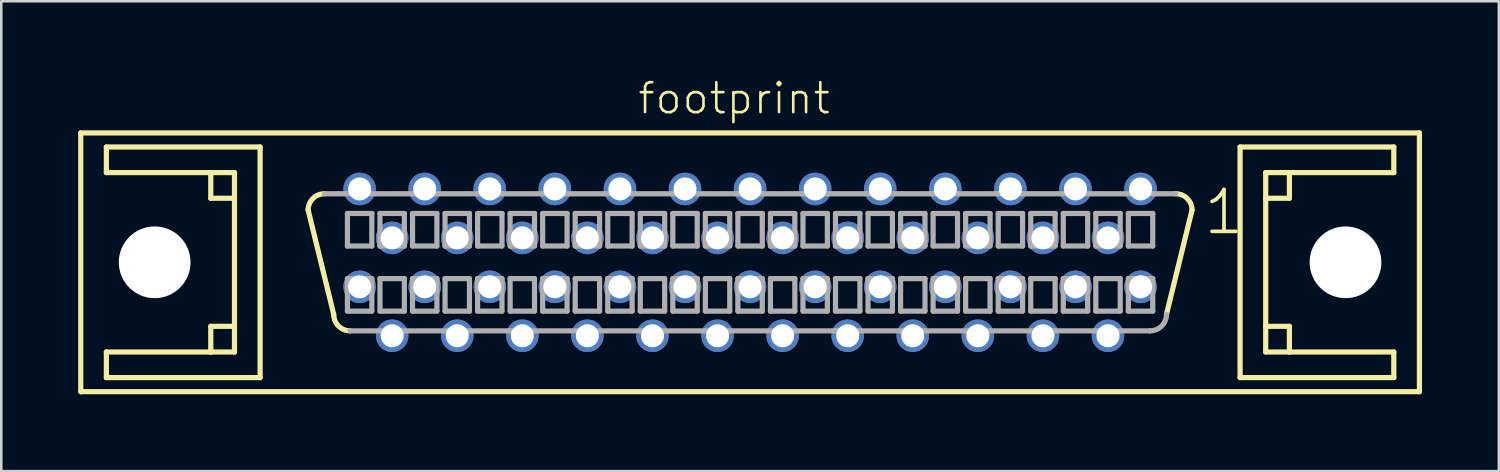
<source format=kicad_pcb>
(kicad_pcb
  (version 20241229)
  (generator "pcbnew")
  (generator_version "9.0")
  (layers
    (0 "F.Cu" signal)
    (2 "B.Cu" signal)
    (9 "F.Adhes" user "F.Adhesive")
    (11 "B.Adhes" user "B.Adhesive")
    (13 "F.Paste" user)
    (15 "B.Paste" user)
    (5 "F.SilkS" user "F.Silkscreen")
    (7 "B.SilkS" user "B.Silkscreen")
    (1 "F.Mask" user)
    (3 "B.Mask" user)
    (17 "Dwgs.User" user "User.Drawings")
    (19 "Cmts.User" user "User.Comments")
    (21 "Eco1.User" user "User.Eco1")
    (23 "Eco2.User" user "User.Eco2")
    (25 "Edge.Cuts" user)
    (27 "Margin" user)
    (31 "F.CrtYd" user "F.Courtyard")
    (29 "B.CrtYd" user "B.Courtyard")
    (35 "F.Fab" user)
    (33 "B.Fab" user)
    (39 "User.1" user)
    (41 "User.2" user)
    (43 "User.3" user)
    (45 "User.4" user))
  (footprint "footprint"
    (layer "F.Cu")
    (at 26.227 7.188)
    (property "Reference" "footprint" (at -4.445 -5.715 0) (layer "F.SilkS") (effects (font (size 1.168 1.168) (thickness 0.102)) (justify left bottom)))
    (fp_line (start -26.125 -5.05) (end 26.125 -5.05) (stroke (width 0.203) (type solid)) (layer "F.SilkS"))
    (fp_line (start -26.125 5.05) (end -26.125 -5.05) (stroke (width 0.203) (type solid)) (layer "F.SilkS"))
    (fp_line (start -25.125 -4.5) (end -25.125 -3.5) (stroke (width 0.203) (type solid)) (layer "F.SilkS"))
    (fp_line (start -25.125 -3.5) (end -21.05 -3.5) (stroke (width 0.203) (type solid)) (layer "F.SilkS"))
    (fp_line (start -25.125 3.5) (end -25.125 4.5) (stroke (width 0.203) (type solid)) (layer "F.SilkS"))
    (fp_line (start -25.125 4.5) (end -19.125 4.5) (stroke (width 0.203) (type solid)) (layer "F.SilkS"))
    (fp_line (start -21.05 -3.5) (end -21.05 -2.5) (stroke (width 0.203) (type solid)) (layer "F.SilkS"))
    (fp_line (start -21.05 -3.5) (end -20.125 -3.5) (stroke (width 0.203) (type solid)) (layer "F.SilkS"))
    (fp_line (start -21.05 -2.5) (end -20.125 -2.5) (stroke (width 0.203) (type solid)) (layer "F.SilkS"))
    (fp_line (start -21.05 2.5) (end -21.05 3.5) (stroke (width 0.203) (type solid)) (layer "F.SilkS"))
    (fp_line (start -21.05 3.5) (end -25.125 3.5) (stroke (width 0.203) (type solid)) (layer "F.SilkS"))
    (fp_line (start -20.125 -3.5) (end -20.125 -2.5) (stroke (width 0.203) (type solid)) (layer "F.SilkS"))
    (fp_line (start -20.125 -2.5) (end -20.125 2.5) (stroke (width 0.203) (type solid)) (layer "F.SilkS"))
    (fp_line (start -20.125 2.5) (end -21.05 2.5) (stroke (width 0.203) (type solid)) (layer "F.SilkS"))
    (fp_line (start -20.125 2.5) (end -20.125 3.5) (stroke (width 0.203) (type solid)) (layer "F.SilkS"))
    (fp_line (start -20.125 3.5) (end -21.05 3.5) (stroke (width 0.203) (type solid)) (layer "F.SilkS"))
    (fp_line (start -19.125 -4.5) (end -25.125 -4.5) (stroke (width 0.203) (type solid)) (layer "F.SilkS"))
    (fp_line (start -19.125 4.5) (end -19.125 -4.5) (stroke (width 0.203) (type solid)) (layer "F.SilkS"))
    (fp_line (start -16.25 2.04) (end -17.25 -2.04) (stroke (width 0.203) (type solid)) (layer "F.SilkS"))
    (fp_line (start 17.25 -2.04) (end 16.25 2.04) (stroke (width 0.203) (type solid)) (layer "F.SilkS"))
    (fp_line (start 19.125 -4.5) (end 19.125 4.5) (stroke (width 0.203) (type solid)) (layer "F.SilkS"))
    (fp_line (start 19.125 4.5) (end 25.125 4.5) (stroke (width 0.203) (type solid)) (layer "F.SilkS"))
    (fp_line (start 20.125 -3.5) (end 21.05 -3.5) (stroke (width 0.203) (type solid)) (layer "F.SilkS"))
    (fp_line (start 20.125 -2.5) (end 20.125 -3.5) (stroke (width 0.203) (type solid)) (layer "F.SilkS"))
    (fp_line (start 20.125 -2.5) (end 21.05 -2.5) (stroke (width 0.203) (type solid)) (layer "F.SilkS"))
    (fp_line (start 20.125 2.5) (end 20.125 -2.5) (stroke (width 0.203) (type solid)) (layer "F.SilkS"))
    (fp_line (start 20.125 3.5) (end 20.125 2.5) (stroke (width 0.203) (type solid)) (layer "F.SilkS"))
    (fp_line (start 21.05 -3.5) (end 25.125 -3.5) (stroke (width 0.203) (type solid)) (layer "F.SilkS"))
    (fp_line (start 21.05 -2.5) (end 21.05 -3.5) (stroke (width 0.203) (type solid)) (layer "F.SilkS"))
    (fp_line (start 21.05 2.5) (end 20.125 2.5) (stroke (width 0.203) (type solid)) (layer "F.SilkS"))
    (fp_line (start 21.05 3.5) (end 20.125 3.5) (stroke (width 0.203) (type solid)) (layer "F.SilkS"))
    (fp_line (start 21.05 3.5) (end 21.05 2.5) (stroke (width 0.203) (type solid)) (layer "F.SilkS"))
    (fp_line (start 25.125 -4.5) (end 19.125 -4.5) (stroke (width 0.203) (type solid)) (layer "F.SilkS"))
    (fp_line (start 25.125 -3.5) (end 25.125 -4.5) (stroke (width 0.203) (type solid)) (layer "F.SilkS"))
    (fp_line (start 25.125 3.5) (end 21.05 3.5) (stroke (width 0.203) (type solid)) (layer "F.SilkS"))
    (fp_line (start 25.125 4.5) (end 25.125 3.5) (stroke (width 0.203) (type solid)) (layer "F.SilkS"))
    (fp_line (start 26.125 -5.05) (end 26.125 5.05) (stroke (width 0.203) (type solid)) (layer "F.SilkS"))
    (fp_line (start 26.125 5.05) (end -26.125 5.05) (stroke (width 0.203) (type solid)) (layer "F.SilkS"))
    (fp_arc (start -17.25 -2.04) (mid -17.064013 -2.489013) (end -16.615 -2.675) (stroke (width 0.2032) (type solid)) (layer "F.SilkS"))
    (fp_arc (start -15.615 2.675) (mid -16.064013 2.489013) (end -16.25 2.04) (stroke (width 0.2032) (type solid)) (layer "F.SilkS"))
    (fp_arc (start 16.615 -2.675) (mid 17.064013 -2.489013) (end 17.25 -2.04) (stroke (width 0.2032) (type solid)) (layer "F.SilkS"))
    (fp_line (start -16.615 -2.675) (end 16.615 -2.675) (stroke (width 0.203) (type solid)) (layer "F.Fab"))
    (fp_line (start -15.716 -1.905) (end -15.716 -0.635) (stroke (width 0.203) (type solid)) (layer "F.Fab"))
    (fp_line (start -15.716 -0.635) (end -14.764 -0.635) (stroke (width 0.203) (type solid)) (layer "F.Fab"))
    (fp_line (start -15.716 0.635) (end -15.716 1.905) (stroke (width 0.203) (type solid)) (layer "F.Fab"))
    (fp_line (start -15.716 1.905) (end -14.764 1.905) (stroke (width 0.203) (type solid)) (layer "F.Fab"))
    (fp_line (start -14.764 -1.905) (end -15.716 -1.905) (stroke (width 0.203) (type solid)) (layer "F.Fab"))
    (fp_line (start -14.764 -0.635) (end -14.764 -1.905) (stroke (width 0.203) (type solid)) (layer "F.Fab"))
    (fp_line (start -14.764 0.635) (end -15.716 0.635) (stroke (width 0.203) (type solid)) (layer "F.Fab"))
    (fp_line (start -14.764 1.905) (end -14.764 0.635) (stroke (width 0.203) (type solid)) (layer "F.Fab"))
    (fp_line (start -14.446 -1.905) (end -14.446 -0.635) (stroke (width 0.203) (type solid)) (layer "F.Fab"))
    (fp_line (start -14.446 -0.635) (end -13.494 -0.635) (stroke (width 0.203) (type solid)) (layer "F.Fab"))
    (fp_line (start -14.446 0.635) (end -14.446 1.905) (stroke (width 0.203) (type solid)) (layer "F.Fab"))
    (fp_line (start -14.446 1.905) (end -13.494 1.905) (stroke (width 0.203) (type solid)) (layer "F.Fab"))
    (fp_line (start -13.494 -1.905) (end -14.446 -1.905) (stroke (width 0.203) (type solid)) (layer "F.Fab"))
    (fp_line (start -13.494 -0.635) (end -13.494 -1.905) (stroke (width 0.203) (type solid)) (layer "F.Fab"))
    (fp_line (start -13.494 0.635) (end -14.446 0.635) (stroke (width 0.203) (type solid)) (layer "F.Fab"))
    (fp_line (start -13.494 1.905) (end -13.494 0.635) (stroke (width 0.203) (type solid)) (layer "F.Fab"))
    (fp_line (start -13.176 -1.905) (end -13.176 -0.635) (stroke (width 0.203) (type solid)) (layer "F.Fab"))
    (fp_line (start -13.176 -0.635) (end -12.224 -0.635) (stroke (width 0.203) (type solid)) (layer "F.Fab"))
    (fp_line (start -13.176 0.635) (end -13.176 1.905) (stroke (width 0.203) (type solid)) (layer "F.Fab"))
    (fp_line (start -13.176 1.905) (end -12.224 1.905) (stroke (width 0.203) (type solid)) (layer "F.Fab"))
    (fp_line (start -12.224 -1.905) (end -13.176 -1.905) (stroke (width 0.203) (type solid)) (layer "F.Fab"))
    (fp_line (start -12.224 -0.635) (end -12.224 -1.905) (stroke (width 0.203) (type solid)) (layer "F.Fab"))
    (fp_line (start -12.224 0.635) (end -13.176 0.635) (stroke (width 0.203) (type solid)) (layer "F.Fab"))
    (fp_line (start -12.224 1.905) (end -12.224 0.635) (stroke (width 0.203) (type solid)) (layer "F.Fab"))
    (fp_line (start -11.906 -1.905) (end -11.906 -0.635) (stroke (width 0.203) (type solid)) (layer "F.Fab"))
    (fp_line (start -11.906 -0.635) (end -10.954 -0.635) (stroke (width 0.203) (type solid)) (layer "F.Fab"))
    (fp_line (start -11.906 0.635) (end -11.906 1.905) (stroke (width 0.203) (type solid)) (layer "F.Fab"))
    (fp_line (start -11.906 1.905) (end -10.954 1.905) (stroke (width 0.203) (type solid)) (layer "F.Fab"))
    (fp_line (start -10.954 -1.905) (end -11.906 -1.905) (stroke (width 0.203) (type solid)) (layer "F.Fab"))
    (fp_line (start -10.954 -0.635) (end -10.954 -1.905) (stroke (width 0.203) (type solid)) (layer "F.Fab"))
    (fp_line (start -10.954 0.635) (end -11.906 0.635) (stroke (width 0.203) (type solid)) (layer "F.Fab"))
    (fp_line (start -10.954 1.905) (end -10.954 0.635) (stroke (width 0.203) (type solid)) (layer "F.Fab"))
    (fp_line (start -10.636 -1.905) (end -10.636 -0.635) (stroke (width 0.203) (type solid)) (layer "F.Fab"))
    (fp_line (start -10.636 -0.635) (end -9.684 -0.635) (stroke (width 0.203) (type solid)) (layer "F.Fab"))
    (fp_line (start -10.636 0.635) (end -10.636 1.905) (stroke (width 0.203) (type solid)) (layer "F.Fab"))
    (fp_line (start -10.636 1.905) (end -9.684 1.905) (stroke (width 0.203) (type solid)) (layer "F.Fab"))
    (fp_line (start -9.684 -1.905) (end -10.636 -1.905) (stroke (width 0.203) (type solid)) (layer "F.Fab"))
    (fp_line (start -9.684 -0.635) (end -9.684 -1.905) (stroke (width 0.203) (type solid)) (layer "F.Fab"))
    (fp_line (start -9.684 0.635) (end -10.636 0.635) (stroke (width 0.203) (type solid)) (layer "F.Fab"))
    (fp_line (start -9.684 1.905) (end -9.684 0.635) (stroke (width 0.203) (type solid)) (layer "F.Fab"))
    (fp_line (start -9.366 -1.905) (end -9.366 -0.635) (stroke (width 0.203) (type solid)) (layer "F.Fab"))
    (fp_line (start -9.366 -0.635) (end -8.414 -0.635) (stroke (width 0.203) (type solid)) (layer "F.Fab"))
    (fp_line (start -9.366 0.635) (end -9.366 1.905) (stroke (width 0.203) (type solid)) (layer "F.Fab"))
    (fp_line (start -9.366 1.905) (end -8.414 1.905) (stroke (width 0.203) (type solid)) (layer "F.Fab"))
    (fp_line (start -8.414 -1.905) (end -9.366 -1.905) (stroke (width 0.203) (type solid)) (layer "F.Fab"))
    (fp_line (start -8.414 -0.635) (end -8.414 -1.905) (stroke (width 0.203) (type solid)) (layer "F.Fab"))
    (fp_line (start -8.414 0.635) (end -9.366 0.635) (stroke (width 0.203) (type solid)) (layer "F.Fab"))
    (fp_line (start -8.414 1.905) (end -8.414 0.635) (stroke (width 0.203) (type solid)) (layer "F.Fab"))
    (fp_line (start -8.096 -1.905) (end -8.096 -0.635) (stroke (width 0.203) (type solid)) (layer "F.Fab"))
    (fp_line (start -8.096 -0.635) (end -7.144 -0.635) (stroke (width 0.203) (type solid)) (layer "F.Fab"))
    (fp_line (start -8.096 0.635) (end -8.096 1.905) (stroke (width 0.203) (type solid)) (layer "F.Fab"))
    (fp_line (start -8.096 1.905) (end -7.144 1.905) (stroke (width 0.203) (type solid)) (layer "F.Fab"))
    (fp_line (start -7.144 -1.905) (end -8.096 -1.905) (stroke (width 0.203) (type solid)) (layer "F.Fab"))
    (fp_line (start -7.144 -0.635) (end -7.144 -1.905) (stroke (width 0.203) (type solid)) (layer "F.Fab"))
    (fp_line (start -7.144 0.635) (end -8.096 0.635) (stroke (width 0.203) (type solid)) (layer "F.Fab"))
    (fp_line (start -7.144 1.905) (end -7.144 0.635) (stroke (width 0.203) (type solid)) (layer "F.Fab"))
    (fp_line (start -6.826 -1.905) (end -6.826 -0.635) (stroke (width 0.203) (type solid)) (layer "F.Fab"))
    (fp_line (start -6.826 -0.635) (end -5.874 -0.635) (stroke (width 0.203) (type solid)) (layer "F.Fab"))
    (fp_line (start -6.826 0.635) (end -6.826 1.905) (stroke (width 0.203) (type solid)) (layer "F.Fab"))
    (fp_line (start -6.826 1.905) (end -5.874 1.905) (stroke (width 0.203) (type solid)) (layer "F.Fab"))
    (fp_line (start -5.874 -1.905) (end -6.826 -1.905) (stroke (width 0.203) (type solid)) (layer "F.Fab"))
    (fp_line (start -5.874 -0.635) (end -5.874 -1.905) (stroke (width 0.203) (type solid)) (layer "F.Fab"))
    (fp_line (start -5.874 0.635) (end -6.826 0.635) (stroke (width 0.203) (type solid)) (layer "F.Fab"))
    (fp_line (start -5.874 1.905) (end -5.874 0.635) (stroke (width 0.203) (type solid)) (layer "F.Fab"))
    (fp_line (start -5.556 -1.905) (end -5.556 -0.635) (stroke (width 0.203) (type solid)) (layer "F.Fab"))
    (fp_line (start -5.556 -0.635) (end -4.604 -0.635) (stroke (width 0.203) (type solid)) (layer "F.Fab"))
    (fp_line (start -5.556 0.635) (end -5.556 1.905) (stroke (width 0.203) (type solid)) (layer "F.Fab"))
    (fp_line (start -5.556 1.905) (end -4.604 1.905) (stroke (width 0.203) (type solid)) (layer "F.Fab"))
    (fp_line (start -4.604 -1.905) (end -5.556 -1.905) (stroke (width 0.203) (type solid)) (layer "F.Fab"))
    (fp_line (start -4.604 -0.635) (end -4.604 -1.905) (stroke (width 0.203) (type solid)) (layer "F.Fab"))
    (fp_line (start -4.604 0.635) (end -5.556 0.635) (stroke (width 0.203) (type solid)) (layer "F.Fab"))
    (fp_line (start -4.604 1.905) (end -4.604 0.635) (stroke (width 0.203) (type solid)) (layer "F.Fab"))
    (fp_line (start -4.286 -1.905) (end -4.286 -0.635) (stroke (width 0.203) (type solid)) (layer "F.Fab"))
    (fp_line (start -4.286 -0.635) (end -3.334 -0.635) (stroke (width 0.203) (type solid)) (layer "F.Fab"))
    (fp_line (start -4.286 0.635) (end -4.286 1.905) (stroke (width 0.203) (type solid)) (layer "F.Fab"))
    (fp_line (start -4.286 1.905) (end -3.334 1.905) (stroke (width 0.203) (type solid)) (layer "F.Fab"))
    (fp_line (start -3.334 -1.905) (end -4.286 -1.905) (stroke (width 0.203) (type solid)) (layer "F.Fab"))
    (fp_line (start -3.334 -0.635) (end -3.334 -1.905) (stroke (width 0.203) (type solid)) (layer "F.Fab"))
    (fp_line (start -3.334 0.635) (end -4.286 0.635) (stroke (width 0.203) (type solid)) (layer "F.Fab"))
    (fp_line (start -3.334 1.905) (end -3.334 0.635) (stroke (width 0.203) (type solid)) (layer "F.Fab"))
    (fp_line (start -3.016 -1.905) (end -3.016 -0.635) (stroke (width 0.203) (type solid)) (layer "F.Fab"))
    (fp_line (start -3.016 -0.635) (end -2.064 -0.635) (stroke (width 0.203) (type solid)) (layer "F.Fab"))
    (fp_line (start -3.016 0.635) (end -3.016 1.905) (stroke (width 0.203) (type solid)) (layer "F.Fab"))
    (fp_line (start -3.016 1.905) (end -2.064 1.905) (stroke (width 0.203) (type solid)) (layer "F.Fab"))
    (fp_line (start -2.064 -1.905) (end -3.016 -1.905) (stroke (width 0.203) (type solid)) (layer "F.Fab"))
    (fp_line (start -2.064 -0.635) (end -2.064 -1.905) (stroke (width 0.203) (type solid)) (layer "F.Fab"))
    (fp_line (start -2.064 0.635) (end -3.016 0.635) (stroke (width 0.203) (type solid)) (layer "F.Fab"))
    (fp_line (start -2.064 1.905) (end -2.064 0.635) (stroke (width 0.203) (type solid)) (layer "F.Fab"))
    (fp_line (start -1.746 -1.905) (end -1.746 -0.635) (stroke (width 0.203) (type solid)) (layer "F.Fab"))
    (fp_line (start -1.746 -0.635) (end -0.794 -0.635) (stroke (width 0.203) (type solid)) (layer "F.Fab"))
    (fp_line (start -1.746 0.635) (end -1.746 1.905) (stroke (width 0.203) (type solid)) (layer "F.Fab"))
    (fp_line (start -1.746 1.905) (end -0.794 1.905) (stroke (width 0.203) (type solid)) (layer "F.Fab"))
    (fp_line (start -0.794 -1.905) (end -1.746 -1.905) (stroke (width 0.203) (type solid)) (layer "F.Fab"))
    (fp_line (start -0.794 -0.635) (end -0.794 -1.905) (stroke (width 0.203) (type solid)) (layer "F.Fab"))
    (fp_line (start -0.794 0.635) (end -1.746 0.635) (stroke (width 0.203) (type solid)) (layer "F.Fab"))
    (fp_line (start -0.794 1.905) (end -0.794 0.635) (stroke (width 0.203) (type solid)) (layer "F.Fab"))
    (fp_line (start -0.476 -1.905) (end -0.476 -0.635) (stroke (width 0.203) (type solid)) (layer "F.Fab"))
    (fp_line (start -0.476 -0.635) (end 0.476 -0.635) (stroke (width 0.203) (type solid)) (layer "F.Fab"))
    (fp_line (start -0.476 0.635) (end -0.476 1.905) (stroke (width 0.203) (type solid)) (layer "F.Fab"))
    (fp_line (start -0.476 1.905) (end 0.476 1.905) (stroke (width 0.203) (type solid)) (layer "F.Fab"))
    (fp_line (start 0.476 -1.905) (end -0.476 -1.905) (stroke (width 0.203) (type solid)) (layer "F.Fab"))
    (fp_line (start 0.476 -0.635) (end 0.476 -1.905) (stroke (width 0.203) (type solid)) (layer "F.Fab"))
    (fp_line (start 0.476 0.635) (end -0.476 0.635) (stroke (width 0.203) (type solid)) (layer "F.Fab"))
    (fp_line (start 0.476 1.905) (end 0.476 0.635) (stroke (width 0.203) (type solid)) (layer "F.Fab"))
    (fp_line (start 0.794 -1.905) (end 0.794 -0.635) (stroke (width 0.203) (type solid)) (layer "F.Fab"))
    (fp_line (start 0.794 -0.635) (end 1.746 -0.635) (stroke (width 0.203) (type solid)) (layer "F.Fab"))
    (fp_line (start 0.794 0.635) (end 0.794 1.905) (stroke (width 0.203) (type solid)) (layer "F.Fab"))
    (fp_line (start 0.794 1.905) (end 1.746 1.905) (stroke (width 0.203) (type solid)) (layer "F.Fab"))
    (fp_line (start 1.746 -1.905) (end 0.794 -1.905) (stroke (width 0.203) (type solid)) (layer "F.Fab"))
    (fp_line (start 1.746 -0.635) (end 1.746 -1.905) (stroke (width 0.203) (type solid)) (layer "F.Fab"))
    (fp_line (start 1.746 0.635) (end 0.794 0.635) (stroke (width 0.203) (type solid)) (layer "F.Fab"))
    (fp_line (start 1.746 1.905) (end 1.746 0.635) (stroke (width 0.203) (type solid)) (layer "F.Fab"))
    (fp_line (start 2.064 -1.905) (end 2.064 -0.635) (stroke (width 0.203) (type solid)) (layer "F.Fab"))
    (fp_line (start 2.064 -0.635) (end 3.016 -0.635) (stroke (width 0.203) (type solid)) (layer "F.Fab"))
    (fp_line (start 2.064 0.635) (end 2.064 1.905) (stroke (width 0.203) (type solid)) (layer "F.Fab"))
    (fp_line (start 2.064 1.905) (end 3.016 1.905) (stroke (width 0.203) (type solid)) (layer "F.Fab"))
    (fp_line (start 3.016 -1.905) (end 2.064 -1.905) (stroke (width 0.203) (type solid)) (layer "F.Fab"))
    (fp_line (start 3.016 -0.635) (end 3.016 -1.905) (stroke (width 0.203) (type solid)) (layer "F.Fab"))
    (fp_line (start 3.016 0.635) (end 2.064 0.635) (stroke (width 0.203) (type solid)) (layer "F.Fab"))
    (fp_line (start 3.016 1.905) (end 3.016 0.635) (stroke (width 0.203) (type solid)) (layer "F.Fab"))
    (fp_line (start 3.334 -1.905) (end 3.334 -0.635) (stroke (width 0.203) (type solid)) (layer "F.Fab"))
    (fp_line (start 3.334 -0.635) (end 4.286 -0.635) (stroke (width 0.203) (type solid)) (layer "F.Fab"))
    (fp_line (start 3.334 0.635) (end 3.334 1.905) (stroke (width 0.203) (type solid)) (layer "F.Fab"))
    (fp_line (start 3.334 1.905) (end 4.286 1.905) (stroke (width 0.203) (type solid)) (layer "F.Fab"))
    (fp_line (start 4.286 -1.905) (end 3.334 -1.905) (stroke (width 0.203) (type solid)) (layer "F.Fab"))
    (fp_line (start 4.286 -0.635) (end 4.286 -1.905) (stroke (width 0.203) (type solid)) (layer "F.Fab"))
    (fp_line (start 4.286 0.635) (end 3.334 0.635) (stroke (width 0.203) (type solid)) (layer "F.Fab"))
    (fp_line (start 4.286 1.905) (end 4.286 0.635) (stroke (width 0.203) (type solid)) (layer "F.Fab"))
    (fp_line (start 4.604 -1.905) (end 4.604 -0.635) (stroke (width 0.203) (type solid)) (layer "F.Fab"))
    (fp_line (start 4.604 -0.635) (end 5.556 -0.635) (stroke (width 0.203) (type solid)) (layer "F.Fab"))
    (fp_line (start 4.604 0.635) (end 4.604 1.905) (stroke (width 0.203) (type solid)) (layer "F.Fab"))
    (fp_line (start 4.604 1.905) (end 5.556 1.905) (stroke (width 0.203) (type solid)) (layer "F.Fab"))
    (fp_line (start 5.556 -1.905) (end 4.604 -1.905) (stroke (width 0.203) (type solid)) (layer "F.Fab"))
    (fp_line (start 5.556 -0.635) (end 5.556 -1.905) (stroke (width 0.203) (type solid)) (layer "F.Fab"))
    (fp_line (start 5.556 0.635) (end 4.604 0.635) (stroke (width 0.203) (type solid)) (layer "F.Fab"))
    (fp_line (start 5.556 1.905) (end 5.556 0.635) (stroke (width 0.203) (type solid)) (layer "F.Fab"))
    (fp_line (start 5.874 -1.905) (end 5.874 -0.635) (stroke (width 0.203) (type solid)) (layer "F.Fab"))
    (fp_line (start 5.874 -0.635) (end 6.826 -0.635) (stroke (width 0.203) (type solid)) (layer "F.Fab"))
    (fp_line (start 5.874 0.635) (end 5.874 1.905) (stroke (width 0.203) (type solid)) (layer "F.Fab"))
    (fp_line (start 5.874 1.905) (end 6.826 1.905) (stroke (width 0.203) (type solid)) (layer "F.Fab"))
    (fp_line (start 6.826 -1.905) (end 5.874 -1.905) (stroke (width 0.203) (type solid)) (layer "F.Fab"))
    (fp_line (start 6.826 -0.635) (end 6.826 -1.905) (stroke (width 0.203) (type solid)) (layer "F.Fab"))
    (fp_line (start 6.826 0.635) (end 5.874 0.635) (stroke (width 0.203) (type solid)) (layer "F.Fab"))
    (fp_line (start 6.826 1.905) (end 6.826 0.635) (stroke (width 0.203) (type solid)) (layer "F.Fab"))
    (fp_line (start 7.144 -1.905) (end 7.144 -0.635) (stroke (width 0.203) (type solid)) (layer "F.Fab"))
    (fp_line (start 7.144 -0.635) (end 8.096 -0.635) (stroke (width 0.203) (type solid)) (layer "F.Fab"))
    (fp_line (start 7.144 0.635) (end 7.144 1.905) (stroke (width 0.203) (type solid)) (layer "F.Fab"))
    (fp_line (start 7.144 1.905) (end 8.096 1.905) (stroke (width 0.203) (type solid)) (layer "F.Fab"))
    (fp_line (start 8.096 -1.905) (end 7.144 -1.905) (stroke (width 0.203) (type solid)) (layer "F.Fab"))
    (fp_line (start 8.096 -0.635) (end 8.096 -1.905) (stroke (width 0.203) (type solid)) (layer "F.Fab"))
    (fp_line (start 8.096 0.635) (end 7.144 0.635) (stroke (width 0.203) (type solid)) (layer "F.Fab"))
    (fp_line (start 8.096 1.905) (end 8.096 0.635) (stroke (width 0.203) (type solid)) (layer "F.Fab"))
    (fp_line (start 8.414 -1.905) (end 8.414 -0.635) (stroke (width 0.203) (type solid)) (layer "F.Fab"))
    (fp_line (start 8.414 -0.635) (end 9.366 -0.635) (stroke (width 0.203) (type solid)) (layer "F.Fab"))
    (fp_line (start 8.414 0.635) (end 8.414 1.905) (stroke (width 0.203) (type solid)) (layer "F.Fab"))
    (fp_line (start 8.414 1.905) (end 9.366 1.905) (stroke (width 0.203) (type solid)) (layer "F.Fab"))
    (fp_line (start 9.366 -1.905) (end 8.414 -1.905) (stroke (width 0.203) (type solid)) (layer "F.Fab"))
    (fp_line (start 9.366 -0.635) (end 9.366 -1.905) (stroke (width 0.203) (type solid)) (layer "F.Fab"))
    (fp_line (start 9.366 0.635) (end 8.414 0.635) (stroke (width 0.203) (type solid)) (layer "F.Fab"))
    (fp_line (start 9.366 1.905) (end 9.366 0.635) (stroke (width 0.203) (type solid)) (layer "F.Fab"))
    (fp_line (start 9.684 -1.905) (end 9.684 -0.635) (stroke (width 0.203) (type solid)) (layer "F.Fab"))
    (fp_line (start 9.684 -0.635) (end 10.636 -0.635) (stroke (width 0.203) (type solid)) (layer "F.Fab"))
    (fp_line (start 9.684 0.635) (end 9.684 1.905) (stroke (width 0.203) (type solid)) (layer "F.Fab"))
    (fp_line (start 9.684 1.905) (end 10.636 1.905) (stroke (width 0.203) (type solid)) (layer "F.Fab"))
    (fp_line (start 10.636 -1.905) (end 9.684 -1.905) (stroke (width 0.203) (type solid)) (layer "F.Fab"))
    (fp_line (start 10.636 -0.635) (end 10.636 -1.905) (stroke (width 0.203) (type solid)) (layer "F.Fab"))
    (fp_line (start 10.636 0.635) (end 9.684 0.635) (stroke (width 0.203) (type solid)) (layer "F.Fab"))
    (fp_line (start 10.636 1.905) (end 10.636 0.635) (stroke (width 0.203) (type solid)) (layer "F.Fab"))
    (fp_line (start 10.954 -1.905) (end 10.954 -0.635) (stroke (width 0.203) (type solid)) (layer "F.Fab"))
    (fp_line (start 10.954 -0.635) (end 11.906 -0.635) (stroke (width 0.203) (type solid)) (layer "F.Fab"))
    (fp_line (start 10.954 0.635) (end 10.954 1.905) (stroke (width 0.203) (type solid)) (layer "F.Fab"))
    (fp_line (start 10.954 1.905) (end 11.906 1.905) (stroke (width 0.203) (type solid)) (layer "F.Fab"))
    (fp_line (start 11.906 -1.905) (end 10.954 -1.905) (stroke (width 0.203) (type solid)) (layer "F.Fab"))
    (fp_line (start 11.906 -0.635) (end 11.906 -1.905) (stroke (width 0.203) (type solid)) (layer "F.Fab"))
    (fp_line (start 11.906 0.635) (end 10.954 0.635) (stroke (width 0.203) (type solid)) (layer "F.Fab"))
    (fp_line (start 11.906 1.905) (end 11.906 0.635) (stroke (width 0.203) (type solid)) (layer "F.Fab"))
    (fp_line (start 12.224 -1.905) (end 12.224 -0.635) (stroke (width 0.203) (type solid)) (layer "F.Fab"))
    (fp_line (start 12.224 -0.635) (end 13.176 -0.635) (stroke (width 0.203) (type solid)) (layer "F.Fab"))
    (fp_line (start 12.224 0.635) (end 12.224 1.905) (stroke (width 0.203) (type solid)) (layer "F.Fab"))
    (fp_line (start 12.224 1.905) (end 13.176 1.905) (stroke (width 0.203) (type solid)) (layer "F.Fab"))
    (fp_line (start 13.176 -1.905) (end 12.224 -1.905) (stroke (width 0.203) (type solid)) (layer "F.Fab"))
    (fp_line (start 13.176 -0.635) (end 13.176 -1.905) (stroke (width 0.203) (type solid)) (layer "F.Fab"))
    (fp_line (start 13.176 0.635) (end 12.224 0.635) (stroke (width 0.203) (type solid)) (layer "F.Fab"))
    (fp_line (start 13.176 1.905) (end 13.176 0.635) (stroke (width 0.203) (type solid)) (layer "F.Fab"))
    (fp_line (start 13.494 -1.905) (end 13.494 -0.635) (stroke (width 0.203) (type solid)) (layer "F.Fab"))
    (fp_line (start 13.494 -0.635) (end 14.446 -0.635) (stroke (width 0.203) (type solid)) (layer "F.Fab"))
    (fp_line (start 13.494 0.635) (end 13.494 1.905) (stroke (width 0.203) (type solid)) (layer "F.Fab"))
    (fp_line (start 13.494 1.905) (end 14.446 1.905) (stroke (width 0.203) (type solid)) (layer "F.Fab"))
    (fp_line (start 14.446 -1.905) (end 13.494 -1.905) (stroke (width 0.203) (type solid)) (layer "F.Fab"))
    (fp_line (start 14.446 -0.635) (end 14.446 -1.905) (stroke (width 0.203) (type solid)) (layer "F.Fab"))
    (fp_line (start 14.446 0.635) (end 13.494 0.635) (stroke (width 0.203) (type solid)) (layer "F.Fab"))
    (fp_line (start 14.446 1.905) (end 14.446 0.635) (stroke (width 0.203) (type solid)) (layer "F.Fab"))
    (fp_line (start 14.764 -1.905) (end 14.764 -0.635) (stroke (width 0.203) (type solid)) (layer "F.Fab"))
    (fp_line (start 14.764 -0.635) (end 15.716 -0.635) (stroke (width 0.203) (type solid)) (layer "F.Fab"))
    (fp_line (start 14.764 0.635) (end 14.764 1.905) (stroke (width 0.203) (type solid)) (layer "F.Fab"))
    (fp_line (start 14.764 1.905) (end 15.716 1.905) (stroke (width 0.203) (type solid)) (layer "F.Fab"))
    (fp_line (start 15.615 2.675) (end -15.615 2.675) (stroke (width 0.203) (type solid)) (layer "F.Fab"))
    (fp_line (start 15.716 -1.905) (end 14.764 -1.905) (stroke (width 0.203) (type solid)) (layer "F.Fab"))
    (fp_line (start 15.716 -0.635) (end 15.716 -1.905) (stroke (width 0.203) (type solid)) (layer "F.Fab"))
    (fp_line (start 15.716 0.635) (end 14.764 0.635) (stroke (width 0.203) (type solid)) (layer "F.Fab"))
    (fp_line (start 15.716 1.905) (end 15.716 0.635) (stroke (width 0.203) (type solid)) (layer "F.Fab"))
    (fp_arc (start 16.25 2.04) (mid 16.064013 2.489013) (end 15.615 2.675) (stroke (width 0.2032) (type solid)) (layer "F.Fab"))
    (fp_text user "1" (at 17.625 -1 0) (layer "F.SilkS") (effects (font (size 1.636 1.636) (thickness 0.142)) (justify left bottom)))
    (pad "" np_thru_hole circle (at -23.24 0) (size 2.8 2.8) (drill 2.8) (layers "*.Cu" "*.Mask"))
    (pad "" np_thru_hole circle (at 23.24 0) (size 2.8 2.8) (drill 2.8) (layers "*.Cu" "*.Mask"))
    (pad "1" thru_hole circle (at 15.24 -2.863) (size 1.27 1.27) (drill 0.9) (layers "*.Cu" "*.Mask"))
    (pad "2" thru_hole circle (at 13.97 -0.953) (size 1.27 1.27) (drill 0.9) (layers "*.Cu" "*.Mask"))
    (pad "3" thru_hole circle (at 12.7 -2.863) (size 1.27 1.27) (drill 0.9) (layers "*.Cu" "*.Mask"))
    (pad "4" thru_hole circle (at 11.43 -0.953) (size 1.27 1.27) (drill 0.9) (layers "*.Cu" "*.Mask"))
    (pad "5" thru_hole circle (at 10.16 -2.863) (size 1.27 1.27) (drill 0.9) (layers "*.Cu" "*.Mask"))
    (pad "6" thru_hole circle (at 8.89 -0.953) (size 1.27 1.27) (drill 0.9) (layers "*.Cu" "*.Mask"))
    (pad "7" thru_hole circle (at 7.62 -2.863) (size 1.27 1.27) (drill 0.9) (layers "*.Cu" "*.Mask"))
    (pad "8" thru_hole circle (at 6.35 -0.953) (size 1.27 1.27) (drill 0.9) (layers "*.Cu" "*.Mask"))
    (pad "9" thru_hole circle (at 5.08 -2.863) (size 1.27 1.27) (drill 0.9) (layers "*.Cu" "*.Mask"))
    (pad "10" thru_hole circle (at 3.81 -0.953) (size 1.27 1.27) (drill 0.9) (layers "*.Cu" "*.Mask"))
    (pad "11" thru_hole circle (at 2.54 -2.863) (size 1.27 1.27) (drill 0.9) (layers "*.Cu" "*.Mask"))
    (pad "12" thru_hole circle (at 1.27 -0.953) (size 1.27 1.27) (drill 0.9) (layers "*.Cu" "*.Mask"))
    (pad "13" thru_hole circle (at 0 -2.863) (size 1.27 1.27) (drill 0.9) (layers "*.Cu" "*.Mask"))
    (pad "14" thru_hole circle (at -1.27 -0.953) (size 1.27 1.27) (drill 0.9) (layers "*.Cu" "*.Mask"))
    (pad "15" thru_hole circle (at -2.54 -2.863) (size 1.27 1.27) (drill 0.9) (layers "*.Cu" "*.Mask"))
    (pad "16" thru_hole circle (at -3.81 -0.953) (size 1.27 1.27) (drill 0.9) (layers "*.Cu" "*.Mask"))
    (pad "17" thru_hole circle (at -5.08 -2.863) (size 1.27 1.27) (drill 0.9) (layers "*.Cu" "*.Mask"))
    (pad "18" thru_hole circle (at -6.35 -0.953) (size 1.27 1.27) (drill 0.9) (layers "*.Cu" "*.Mask"))
    (pad "19" thru_hole circle (at -7.62 -2.863) (size 1.27 1.27) (drill 0.9) (layers "*.Cu" "*.Mask"))
    (pad "20" thru_hole circle (at -8.89 -0.953) (size 1.27 1.27) (drill 0.9) (layers "*.Cu" "*.Mask"))
    (pad "21" thru_hole circle (at -10.16 -2.863) (size 1.27 1.27) (drill 0.9) (layers "*.Cu" "*.Mask"))
    (pad "22" thru_hole circle (at -11.43 -0.953) (size 1.27 1.27) (drill 0.9) (layers "*.Cu" "*.Mask"))
    (pad "23" thru_hole circle (at -12.7 -2.863) (size 1.27 1.27) (drill 0.9) (layers "*.Cu" "*.Mask"))
    (pad "24" thru_hole circle (at -13.97 -0.953) (size 1.27 1.27) (drill 0.9) (layers "*.Cu" "*.Mask"))
    (pad "25" thru_hole circle (at -15.24 -2.863) (size 1.27 1.27) (drill 0.9) (layers "*.Cu" "*.Mask"))
    (pad "26" thru_hole circle (at 15.24 0.957) (size 1.27 1.27) (drill 0.9) (layers "*.Cu" "*.Mask"))
    (pad "27" thru_hole circle (at 13.97 2.867) (size 1.27 1.27) (drill 0.9) (layers "*.Cu" "*.Mask"))
    (pad "28" thru_hole circle (at 12.7 0.957) (size 1.27 1.27) (drill 0.9) (layers "*.Cu" "*.Mask"))
    (pad "29" thru_hole circle (at 11.43 2.867) (size 1.27 1.27) (drill 0.9) (layers "*.Cu" "*.Mask"))
    (pad "30" thru_hole circle (at 10.16 0.957) (size 1.27 1.27) (drill 0.9) (layers "*.Cu" "*.Mask"))
    (pad "31" thru_hole circle (at 8.89 2.867) (size 1.27 1.27) (drill 0.9) (layers "*.Cu" "*.Mask"))
    (pad "32" thru_hole circle (at 7.62 0.957) (size 1.27 1.27) (drill 0.9) (layers "*.Cu" "*.Mask"))
    (pad "33" thru_hole circle (at 6.35 2.867) (size 1.27 1.27) (drill 0.9) (layers "*.Cu" "*.Mask"))
    (pad "34" thru_hole circle (at 5.08 0.957) (size 1.27 1.27) (drill 0.9) (layers "*.Cu" "*.Mask"))
    (pad "35" thru_hole circle (at 3.81 2.867) (size 1.27 1.27) (drill 0.9) (layers "*.Cu" "*.Mask"))
    (pad "36" thru_hole circle (at 2.54 0.957) (size 1.27 1.27) (drill 0.9) (layers "*.Cu" "*.Mask"))
    (pad "37" thru_hole circle (at 1.27 2.867) (size 1.27 1.27) (drill 0.9) (layers "*.Cu" "*.Mask"))
    (pad "38" thru_hole circle (at 0 0.957) (size 1.27 1.27) (drill 0.9) (layers "*.Cu" "*.Mask"))
    (pad "39" thru_hole circle (at -1.27 2.867) (size 1.27 1.27) (drill 0.9) (layers "*.Cu" "*.Mask"))
    (pad "40" thru_hole circle (at -2.54 0.957) (size 1.27 1.27) (drill 0.9) (layers "*.Cu" "*.Mask"))
    (pad "41" thru_hole circle (at -3.81 2.867) (size 1.27 1.27) (drill 0.9) (layers "*.Cu" "*.Mask"))
    (pad "42" thru_hole circle (at -5.08 0.957) (size 1.27 1.27) (drill 0.9) (layers "*.Cu" "*.Mask"))
    (pad "43" thru_hole circle (at -6.35 2.867) (size 1.27 1.27) (drill 0.9) (layers "*.Cu" "*.Mask"))
    (pad "44" thru_hole circle (at -7.62 0.957) (size 1.27 1.27) (drill 0.9) (layers "*.Cu" "*.Mask"))
    (pad "45" thru_hole circle (at -8.89 2.867) (size 1.27 1.27) (drill 0.9) (layers "*.Cu" "*.Mask"))
    (pad "46" thru_hole circle (at -10.16 0.957) (size 1.27 1.27) (drill 0.9) (layers "*.Cu" "*.Mask"))
    (pad "47" thru_hole circle (at -11.43 2.867) (size 1.27 1.27) (drill 0.9) (layers "*.Cu" "*.Mask"))
    (pad "48" thru_hole circle (at -12.7 0.957) (size 1.27 1.27) (drill 0.9) (layers "*.Cu" "*.Mask"))
    (pad "49" thru_hole circle (at -13.97 2.867) (size 1.27 1.27) (drill 0.9) (layers "*.Cu" "*.Mask"))
    (pad "50" thru_hole circle (at -15.24 0.957) (size 1.27 1.27) (drill 0.9) (layers "*.Cu" "*.Mask")))
  (gr_rect
    (start -3 -3)
    (end 55.453 15.34)
    (stroke (width 0.1) (type default))
    (fill no)
    (layer "Edge.Cuts")))
</source>
